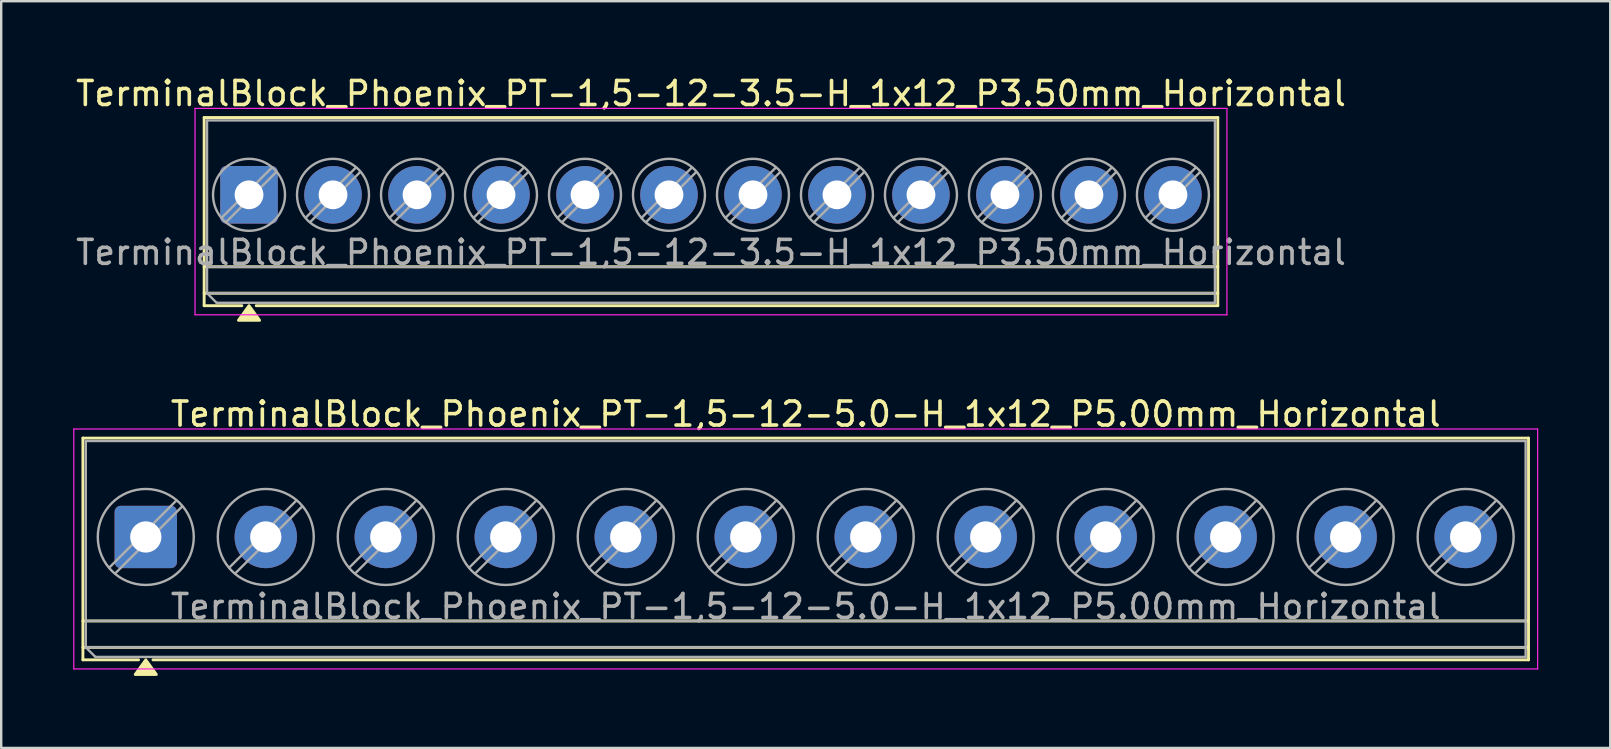
<source format=kicad_pcb>
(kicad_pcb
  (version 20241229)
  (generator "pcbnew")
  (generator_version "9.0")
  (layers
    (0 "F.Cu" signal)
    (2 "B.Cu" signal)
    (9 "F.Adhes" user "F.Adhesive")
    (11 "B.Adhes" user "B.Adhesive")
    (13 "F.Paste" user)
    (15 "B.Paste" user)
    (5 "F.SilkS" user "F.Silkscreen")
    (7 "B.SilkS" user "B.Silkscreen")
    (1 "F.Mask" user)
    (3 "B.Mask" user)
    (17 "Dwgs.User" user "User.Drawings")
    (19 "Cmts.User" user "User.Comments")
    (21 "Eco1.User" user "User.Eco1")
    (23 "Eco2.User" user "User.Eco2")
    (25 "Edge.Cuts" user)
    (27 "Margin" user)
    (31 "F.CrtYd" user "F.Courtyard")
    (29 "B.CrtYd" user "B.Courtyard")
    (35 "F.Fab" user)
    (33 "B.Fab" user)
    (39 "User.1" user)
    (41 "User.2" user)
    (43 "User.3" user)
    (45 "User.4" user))
  (footprint "TerminalBlock_Phoenix_PT-1,5-12-5.0-H_1x12_P5.00mm_Horizontal"
    (layer "F.Cu")
    (at 3.025 19.326)
    (property "Reference" "TerminalBlock_Phoenix_PT-1,5-12-5.0-H_1x12_P5.00mm_Horizontal" (at 27.5 -5.12 0) (layer "F.SilkS") (effects (font (size 1 1) (thickness 0.15))))
    (attr through_hole)
    (fp_line (start -2.62 -4.12) (end -2.62 5.12) (stroke (width 0.12) (type solid)) (layer "F.SilkS"))
    (fp_line (start -2.62 -4.12) (end 57.62 -4.12) (stroke (width 0.12) (type solid)) (layer "F.SilkS"))
    (fp_line (start -2.62 3.5) (end 57.62 3.5) (stroke (width 0.12) (type solid)) (layer "F.SilkS"))
    (fp_line (start -2.62 4.6) (end 57.62 4.6) (stroke (width 0.12) (type solid)) (layer "F.SilkS"))
    (fp_line (start -2.62 5.12) (end -0.3 5.12) (stroke (width 0.12) (type solid)) (layer "F.SilkS"))
    (fp_line (start 0.3 5.12) (end 57.62 5.12) (stroke (width 0.12) (type solid)) (layer "F.SilkS"))
    (fp_line (start 57.62 -4.12) (end 57.62 5.12) (stroke (width 0.12) (type solid)) (layer "F.SilkS"))
    (fp_poly (pts (xy 0 5.12) (xy 0.44 5.73) (xy -0.44 5.73)) (stroke (width 0.12) (type solid)) (fill yes) (layer "F.SilkS"))
    (fp_line (start -3 -4.5) (end -3 5.5) (stroke (width 0.05) (type solid)) (layer "F.CrtYd"))
    (fp_line (start -3 5.5) (end 58 5.5) (stroke (width 0.05) (type solid)) (layer "F.CrtYd"))
    (fp_line (start 58 -4.5) (end -3 -4.5) (stroke (width 0.05) (type solid)) (layer "F.CrtYd"))
    (fp_line (start 58 5.5) (end 58 -4.5) (stroke (width 0.05) (type solid)) (layer "F.CrtYd"))
    (fp_line (start -2.5 -4) (end 57.5 -4) (stroke (width 0.1) (type solid)) (layer "F.Fab"))
    (fp_line (start -2.5 3.5) (end 57.5 3.5) (stroke (width 0.1) (type solid)) (layer "F.Fab"))
    (fp_line (start -2.5 4.6) (end -2.5 -4) (stroke (width 0.1) (type solid)) (layer "F.Fab"))
    (fp_line (start -2.5 4.6) (end 57.5 4.6) (stroke (width 0.1) (type solid)) (layer "F.Fab"))
    (fp_line (start -2.1 5) (end -2.5 4.6) (stroke (width 0.1) (type solid)) (layer "F.Fab"))
    (fp_line (start 1.273 -1.517) (end -1.517 1.272) (stroke (width 0.1) (type solid)) (layer "F.Fab"))
    (fp_line (start 1.517 -1.273) (end -1.273 1.517) (stroke (width 0.1) (type solid)) (layer "F.Fab"))
    (fp_line (start 6.273 -1.517) (end 3.483 1.272) (stroke (width 0.1) (type solid)) (layer "F.Fab"))
    (fp_line (start 6.517 -1.273) (end 3.727 1.517) (stroke (width 0.1) (type solid)) (layer "F.Fab"))
    (fp_line (start 11.273 -1.517) (end 8.483 1.272) (stroke (width 0.1) (type solid)) (layer "F.Fab"))
    (fp_line (start 11.517 -1.273) (end 8.727 1.517) (stroke (width 0.1) (type solid)) (layer "F.Fab"))
    (fp_line (start 16.273 -1.517) (end 13.483 1.272) (stroke (width 0.1) (type solid)) (layer "F.Fab"))
    (fp_line (start 16.517 -1.273) (end 13.727 1.517) (stroke (width 0.1) (type solid)) (layer "F.Fab"))
    (fp_line (start 21.273 -1.517) (end 18.483 1.272) (stroke (width 0.1) (type solid)) (layer "F.Fab"))
    (fp_line (start 21.517 -1.273) (end 18.727 1.517) (stroke (width 0.1) (type solid)) (layer "F.Fab"))
    (fp_line (start 26.273 -1.517) (end 23.483 1.272) (stroke (width 0.1) (type solid)) (layer "F.Fab"))
    (fp_line (start 26.517 -1.273) (end 23.727 1.517) (stroke (width 0.1) (type solid)) (layer "F.Fab"))
    (fp_line (start 31.273 -1.517) (end 28.483 1.272) (stroke (width 0.1) (type solid)) (layer "F.Fab"))
    (fp_line (start 31.517 -1.273) (end 28.727 1.517) (stroke (width 0.1) (type solid)) (layer "F.Fab"))
    (fp_line (start 36.273 -1.517) (end 33.483 1.272) (stroke (width 0.1) (type solid)) (layer "F.Fab"))
    (fp_line (start 36.517 -1.273) (end 33.727 1.517) (stroke (width 0.1) (type solid)) (layer "F.Fab"))
    (fp_line (start 41.273 -1.517) (end 38.483 1.272) (stroke (width 0.1) (type solid)) (layer "F.Fab"))
    (fp_line (start 41.517 -1.273) (end 38.727 1.517) (stroke (width 0.1) (type solid)) (layer "F.Fab"))
    (fp_line (start 46.273 -1.517) (end 43.483 1.272) (stroke (width 0.1) (type solid)) (layer "F.Fab"))
    (fp_line (start 46.517 -1.273) (end 43.727 1.517) (stroke (width 0.1) (type solid)) (layer "F.Fab"))
    (fp_line (start 51.273 -1.517) (end 48.483 1.272) (stroke (width 0.1) (type solid)) (layer "F.Fab"))
    (fp_line (start 51.517 -1.273) (end 48.727 1.517) (stroke (width 0.1) (type solid)) (layer "F.Fab"))
    (fp_line (start 56.273 -1.517) (end 53.483 1.272) (stroke (width 0.1) (type solid)) (layer "F.Fab"))
    (fp_line (start 56.517 -1.273) (end 53.727 1.517) (stroke (width 0.1) (type solid)) (layer "F.Fab"))
    (fp_line (start 57.5 -4) (end 57.5 5) (stroke (width 0.1) (type solid)) (layer "F.Fab"))
    (fp_line (start 57.5 5) (end -2.1 5) (stroke (width 0.1) (type solid)) (layer "F.Fab"))
    (fp_circle (center 0 0) (end 2 0) (stroke (width 0.1) (type solid)) (fill no) (layer "F.Fab"))
    (fp_circle (center 5 0) (end 7 0) (stroke (width 0.1) (type solid)) (fill no) (layer "F.Fab"))
    (fp_circle (center 10 0) (end 12 0) (stroke (width 0.1) (type solid)) (fill no) (layer "F.Fab"))
    (fp_circle (center 15 0) (end 17 0) (stroke (width 0.1) (type solid)) (fill no) (layer "F.Fab"))
    (fp_circle (center 20 0) (end 22 0) (stroke (width 0.1) (type solid)) (fill no) (layer "F.Fab"))
    (fp_circle (center 25 0) (end 27 0) (stroke (width 0.1) (type solid)) (fill no) (layer "F.Fab"))
    (fp_circle (center 30 0) (end 32 0) (stroke (width 0.1) (type solid)) (fill no) (layer "F.Fab"))
    (fp_circle (center 35 0) (end 37 0) (stroke (width 0.1) (type solid)) (fill no) (layer "F.Fab"))
    (fp_circle (center 40 0) (end 42 0) (stroke (width 0.1) (type solid)) (fill no) (layer "F.Fab"))
    (fp_circle (center 45 0) (end 47 0) (stroke (width 0.1) (type solid)) (fill no) (layer "F.Fab"))
    (fp_circle (center 50 0) (end 52 0) (stroke (width 0.1) (type solid)) (fill no) (layer "F.Fab"))
    (fp_circle (center 55 0) (end 57 0) (stroke (width 0.1) (type solid)) (fill no) (layer "F.Fab"))
    (fp_text user "${REFERENCE}" (at 27.5 2.9 0) (layer "F.Fab") (effects (font (size 1 1) (thickness 0.15))))
    (pad "1" thru_hole roundrect (at 0 0) (size 2.6 2.6) (drill 1.3) (layers "*.Cu" "*.Mask") (roundrect_rratio 0.096))
    (pad "2" thru_hole circle (at 5 0) (size 2.6 2.6) (drill 1.3) (layers "*.Cu" "*.Mask"))
    (pad "3" thru_hole circle (at 10 0) (size 2.6 2.6) (drill 1.3) (layers "*.Cu" "*.Mask"))
    (pad "4" thru_hole circle (at 15 0) (size 2.6 2.6) (drill 1.3) (layers "*.Cu" "*.Mask"))
    (pad "5" thru_hole circle (at 20 0) (size 2.6 2.6) (drill 1.3) (layers "*.Cu" "*.Mask"))
    (pad "6" thru_hole circle (at 25 0) (size 2.6 2.6) (drill 1.3) (layers "*.Cu" "*.Mask"))
    (pad "7" thru_hole circle (at 30 0) (size 2.6 2.6) (drill 1.3) (layers "*.Cu" "*.Mask"))
    (pad "8" thru_hole circle (at 35 0) (size 2.6 2.6) (drill 1.3) (layers "*.Cu" "*.Mask"))
    (pad "9" thru_hole circle (at 40 0) (size 2.6 2.6) (drill 1.3) (layers "*.Cu" "*.Mask"))
    (pad "10" thru_hole circle (at 45 0) (size 2.6 2.6) (drill 1.3) (layers "*.Cu" "*.Mask"))
    (pad "11" thru_hole circle (at 50 0) (size 2.6 2.6) (drill 1.3) (layers "*.Cu" "*.Mask"))
    (pad "12" thru_hole circle (at 55 0) (size 2.6 2.6) (drill 1.3) (layers "*.Cu" "*.Mask")))
  (footprint "TerminalBlock_Phoenix_PT-1,5-12-3.5-H_1x12_P3.50mm_Horizontal"
    (layer "F.Cu")
    (at 7.327 5.068)
    (property "Reference" "TerminalBlock_Phoenix_PT-1,5-12-3.5-H_1x12_P3.50mm_Horizontal" (at 19.25 -4.22 0) (layer "F.SilkS") (effects (font (size 1 1) (thickness 0.15))))
    (attr through_hole)
    (fp_line (start -1.87 -3.22) (end -1.87 4.62) (stroke (width 0.12) (type solid)) (layer "F.SilkS"))
    (fp_line (start -1.87 -3.22) (end 40.37 -3.22) (stroke (width 0.12) (type solid)) (layer "F.SilkS"))
    (fp_line (start -1.87 3) (end 40.37 3) (stroke (width 0.12) (type solid)) (layer "F.SilkS"))
    (fp_line (start -1.87 4.1) (end 40.37 4.1) (stroke (width 0.12) (type solid)) (layer "F.SilkS"))
    (fp_line (start -1.87 4.62) (end -0.3 4.62) (stroke (width 0.12) (type solid)) (layer "F.SilkS"))
    (fp_line (start 0.3 4.62) (end 40.37 4.62) (stroke (width 0.12) (type solid)) (layer "F.SilkS"))
    (fp_line (start 40.37 -3.22) (end 40.37 4.62) (stroke (width 0.12) (type solid)) (layer "F.SilkS"))
    (fp_poly (pts (xy 0 4.62) (xy 0.44 5.23) (xy -0.44 5.23)) (stroke (width 0.12) (type solid)) (fill yes) (layer "F.SilkS"))
    (fp_line (start -2.25 -3.6) (end -2.25 5) (stroke (width 0.05) (type solid)) (layer "F.CrtYd"))
    (fp_line (start -2.25 5) (end 40.75 5) (stroke (width 0.05) (type solid)) (layer "F.CrtYd"))
    (fp_line (start 40.75 -3.6) (end -2.25 -3.6) (stroke (width 0.05) (type solid)) (layer "F.CrtYd"))
    (fp_line (start 40.75 5) (end 40.75 -3.6) (stroke (width 0.05) (type solid)) (layer "F.CrtYd"))
    (fp_line (start -1.75 -3.1) (end 40.25 -3.1) (stroke (width 0.1) (type solid)) (layer "F.Fab"))
    (fp_line (start -1.75 3) (end 40.25 3) (stroke (width 0.1) (type solid)) (layer "F.Fab"))
    (fp_line (start -1.75 4.1) (end -1.75 -3.1) (stroke (width 0.1) (type solid)) (layer "F.Fab"))
    (fp_line (start -1.75 4.1) (end 40.25 4.1) (stroke (width 0.1) (type solid)) (layer "F.Fab"))
    (fp_line (start -1.35 4.5) (end -1.75 4.1) (stroke (width 0.1) (type solid)) (layer "F.Fab"))
    (fp_line (start 0.955 -1.138) (end -1.138 0.954) (stroke (width 0.1) (type solid)) (layer "F.Fab"))
    (fp_line (start 1.138 -0.954) (end -0.955 1.137) (stroke (width 0.1) (type solid)) (layer "F.Fab"))
    (fp_line (start 4.455 -1.138) (end 2.362 0.954) (stroke (width 0.1) (type solid)) (layer "F.Fab"))
    (fp_line (start 4.638 -0.954) (end 2.545 1.137) (stroke (width 0.1) (type solid)) (layer "F.Fab"))
    (fp_line (start 7.955 -1.138) (end 5.862 0.954) (stroke (width 0.1) (type solid)) (layer "F.Fab"))
    (fp_line (start 8.138 -0.954) (end 6.045 1.137) (stroke (width 0.1) (type solid)) (layer "F.Fab"))
    (fp_line (start 11.455 -1.138) (end 9.362 0.954) (stroke (width 0.1) (type solid)) (layer "F.Fab"))
    (fp_line (start 11.638 -0.954) (end 9.545 1.137) (stroke (width 0.1) (type solid)) (layer "F.Fab"))
    (fp_line (start 14.955 -1.138) (end 12.862 0.954) (stroke (width 0.1) (type solid)) (layer "F.Fab"))
    (fp_line (start 15.138 -0.954) (end 13.045 1.137) (stroke (width 0.1) (type solid)) (layer "F.Fab"))
    (fp_line (start 18.455 -1.138) (end 16.362 0.954) (stroke (width 0.1) (type solid)) (layer "F.Fab"))
    (fp_line (start 18.638 -0.954) (end 16.545 1.137) (stroke (width 0.1) (type solid)) (layer "F.Fab"))
    (fp_line (start 21.955 -1.138) (end 19.862 0.954) (stroke (width 0.1) (type solid)) (layer "F.Fab"))
    (fp_line (start 22.138 -0.954) (end 20.045 1.137) (stroke (width 0.1) (type solid)) (layer "F.Fab"))
    (fp_line (start 25.455 -1.138) (end 23.362 0.954) (stroke (width 0.1) (type solid)) (layer "F.Fab"))
    (fp_line (start 25.638 -0.954) (end 23.545 1.137) (stroke (width 0.1) (type solid)) (layer "F.Fab"))
    (fp_line (start 28.955 -1.138) (end 26.862 0.954) (stroke (width 0.1) (type solid)) (layer "F.Fab"))
    (fp_line (start 29.138 -0.954) (end 27.045 1.137) (stroke (width 0.1) (type solid)) (layer "F.Fab"))
    (fp_line (start 32.455 -1.138) (end 30.362 0.954) (stroke (width 0.1) (type solid)) (layer "F.Fab"))
    (fp_line (start 32.638 -0.954) (end 30.545 1.137) (stroke (width 0.1) (type solid)) (layer "F.Fab"))
    (fp_line (start 35.955 -1.138) (end 33.862 0.954) (stroke (width 0.1) (type solid)) (layer "F.Fab"))
    (fp_line (start 36.138 -0.954) (end 34.045 1.137) (stroke (width 0.1) (type solid)) (layer "F.Fab"))
    (fp_line (start 39.455 -1.138) (end 37.362 0.954) (stroke (width 0.1) (type solid)) (layer "F.Fab"))
    (fp_line (start 39.638 -0.954) (end 37.545 1.137) (stroke (width 0.1) (type solid)) (layer "F.Fab"))
    (fp_line (start 40.25 -3.1) (end 40.25 4.5) (stroke (width 0.1) (type solid)) (layer "F.Fab"))
    (fp_line (start 40.25 4.5) (end -1.35 4.5) (stroke (width 0.1) (type solid)) (layer "F.Fab"))
    (fp_circle (center 0 0) (end 1.5 0) (stroke (width 0.1) (type solid)) (fill no) (layer "F.Fab"))
    (fp_circle (center 3.5 0) (end 5 0) (stroke (width 0.1) (type solid)) (fill no) (layer "F.Fab"))
    (fp_circle (center 7 0) (end 8.5 0) (stroke (width 0.1) (type solid)) (fill no) (layer "F.Fab"))
    (fp_circle (center 10.5 0) (end 12 0) (stroke (width 0.1) (type solid)) (fill no) (layer "F.Fab"))
    (fp_circle (center 14 0) (end 15.5 0) (stroke (width 0.1) (type solid)) (fill no) (layer "F.Fab"))
    (fp_circle (center 17.5 0) (end 19 0) (stroke (width 0.1) (type solid)) (fill no) (layer "F.Fab"))
    (fp_circle (center 21 0) (end 22.5 0) (stroke (width 0.1) (type solid)) (fill no) (layer "F.Fab"))
    (fp_circle (center 24.5 0) (end 26 0) (stroke (width 0.1) (type solid)) (fill no) (layer "F.Fab"))
    (fp_circle (center 28 0) (end 29.5 0) (stroke (width 0.1) (type solid)) (fill no) (layer "F.Fab"))
    (fp_circle (center 31.5 0) (end 33 0) (stroke (width 0.1) (type solid)) (fill no) (layer "F.Fab"))
    (fp_circle (center 35 0) (end 36.5 0) (stroke (width 0.1) (type solid)) (fill no) (layer "F.Fab"))
    (fp_circle (center 38.5 0) (end 40 0) (stroke (width 0.1) (type solid)) (fill no) (layer "F.Fab"))
    (fp_text user "${REFERENCE}" (at 19.25 2.4 0) (layer "F.Fab") (effects (font (size 1 1) (thickness 0.15))))
    (pad "1" thru_hole roundrect (at 0 0) (size 2.4 2.4) (drill 1.2) (layers "*.Cu" "*.Mask") (roundrect_rratio 0.104))
    (pad "2" thru_hole circle (at 3.5 0) (size 2.4 2.4) (drill 1.2) (layers "*.Cu" "*.Mask"))
    (pad "3" thru_hole circle (at 7 0) (size 2.4 2.4) (drill 1.2) (layers "*.Cu" "*.Mask"))
    (pad "4" thru_hole circle (at 10.5 0) (size 2.4 2.4) (drill 1.2) (layers "*.Cu" "*.Mask"))
    (pad "5" thru_hole circle (at 14 0) (size 2.4 2.4) (drill 1.2) (layers "*.Cu" "*.Mask"))
    (pad "6" thru_hole circle (at 17.5 0) (size 2.4 2.4) (drill 1.2) (layers "*.Cu" "*.Mask"))
    (pad "7" thru_hole circle (at 21 0) (size 2.4 2.4) (drill 1.2) (layers "*.Cu" "*.Mask"))
    (pad "8" thru_hole circle (at 24.5 0) (size 2.4 2.4) (drill 1.2) (layers "*.Cu" "*.Mask"))
    (pad "9" thru_hole circle (at 28 0) (size 2.4 2.4) (drill 1.2) (layers "*.Cu" "*.Mask"))
    (pad "10" thru_hole circle (at 31.5 0) (size 2.4 2.4) (drill 1.2) (layers "*.Cu" "*.Mask"))
    (pad "11" thru_hole circle (at 35 0) (size 2.4 2.4) (drill 1.2) (layers "*.Cu" "*.Mask"))
    (pad "12" thru_hole circle (at 38.5 0) (size 2.4 2.4) (drill 1.2) (layers "*.Cu" "*.Mask")))
  (gr_rect
    (start -3 -3)
    (end 64.05 28.116)
    (stroke (width 0.1) (type default))
    (fill no)
    (layer "Edge.Cuts")))
</source>
